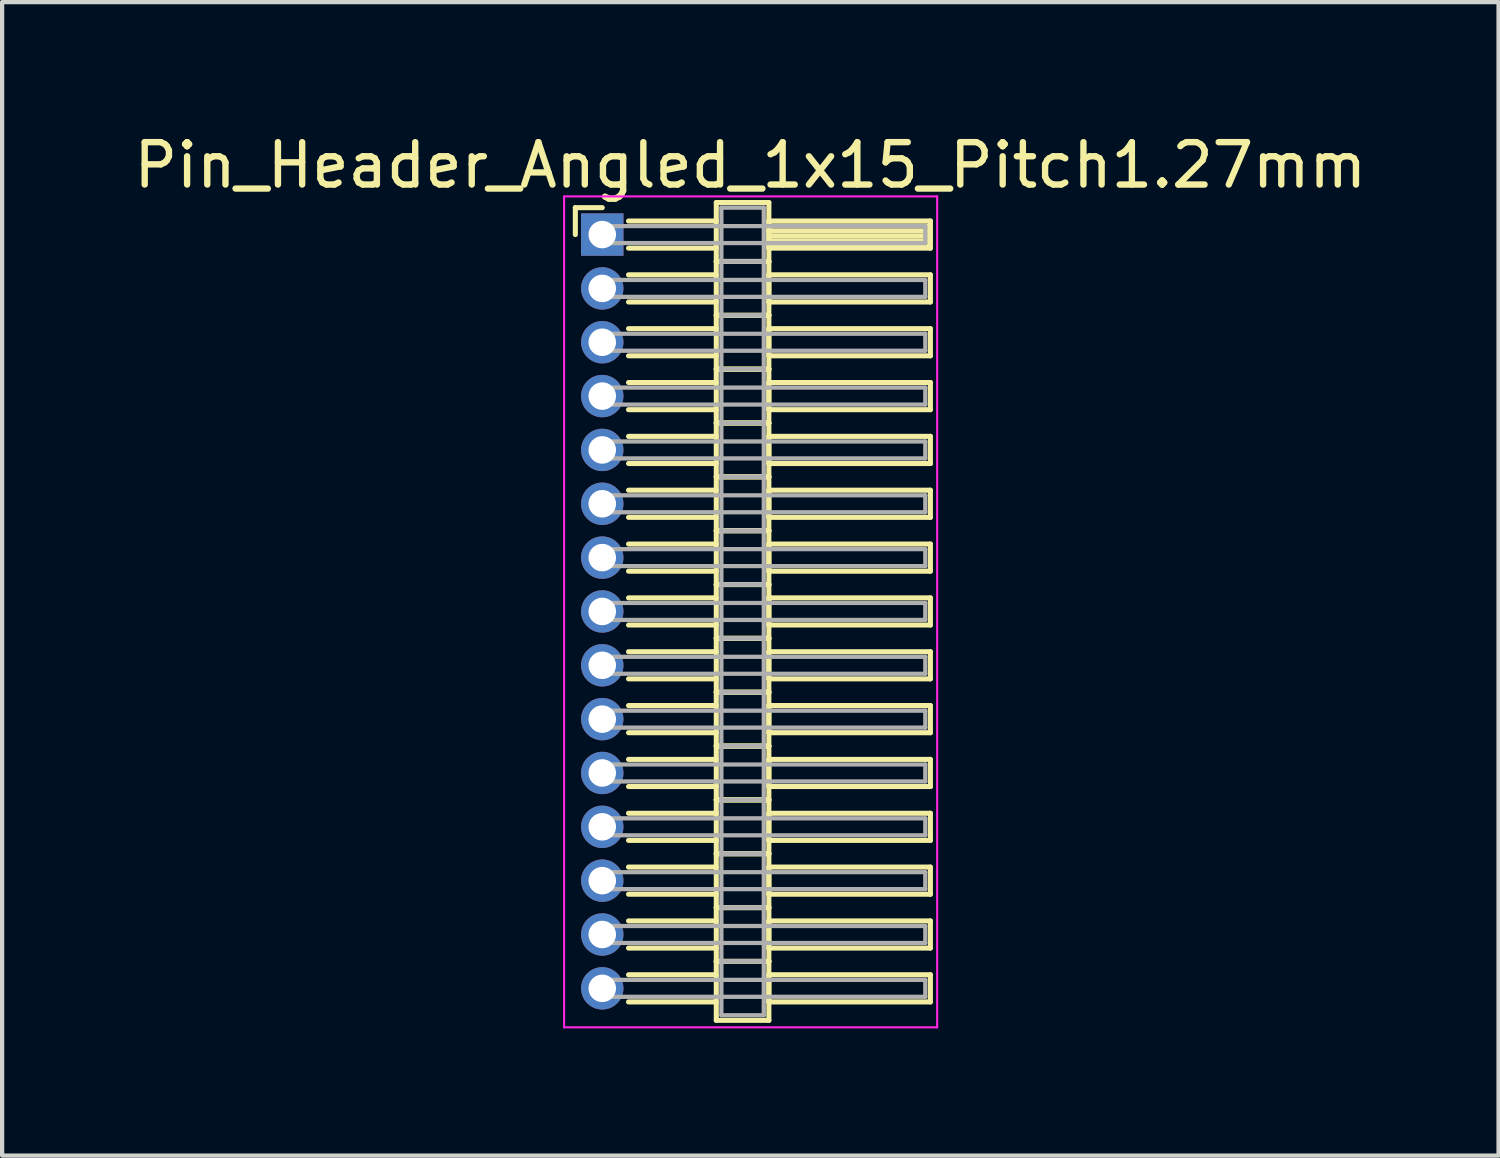
<source format=kicad_pcb>
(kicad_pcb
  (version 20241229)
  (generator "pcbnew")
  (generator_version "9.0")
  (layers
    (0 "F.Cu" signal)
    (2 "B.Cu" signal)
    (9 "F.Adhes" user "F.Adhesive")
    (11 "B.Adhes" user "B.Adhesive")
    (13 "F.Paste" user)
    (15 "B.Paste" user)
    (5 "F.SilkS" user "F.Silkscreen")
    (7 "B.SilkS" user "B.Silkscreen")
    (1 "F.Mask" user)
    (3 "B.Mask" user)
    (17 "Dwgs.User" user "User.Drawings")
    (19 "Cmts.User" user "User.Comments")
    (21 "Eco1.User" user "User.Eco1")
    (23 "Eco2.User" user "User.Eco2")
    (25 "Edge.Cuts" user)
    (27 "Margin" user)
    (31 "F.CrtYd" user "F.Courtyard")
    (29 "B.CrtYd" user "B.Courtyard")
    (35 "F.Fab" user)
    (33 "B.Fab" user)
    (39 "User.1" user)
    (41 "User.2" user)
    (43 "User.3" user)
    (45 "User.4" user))
  (footprint "Pin_Header_Angled_1x15_Pitch1.27mm"
    (layer "F.Cu")
    (at 11.156 2.483)
    (property "Reference" "Pin_Header_Angled_1x15_Pitch1.27mm" (at 3.493 -1.635 0) (layer "F.SilkS") (effects (font (size 1 1) (thickness 0.15))))
    (attr through_hole)
    (fp_line (start -0.635 -0.635) (end 0 -0.635) (stroke (width 0.12) (type solid)) (layer "F.SilkS"))
    (fp_line (start -0.635 0) (end -0.635 -0.635) (stroke (width 0.12) (type solid)) (layer "F.SilkS"))
    (fp_line (start 0.62 -0.32) (end 2.69 -0.32) (stroke (width 0.12) (type solid)) (layer "F.SilkS"))
    (fp_line (start 0.62 0.32) (end 2.69 0.32) (stroke (width 0.12) (type solid)) (layer "F.SilkS"))
    (fp_line (start 0.62 0.95) (end 2.69 0.95) (stroke (width 0.12) (type solid)) (layer "F.SilkS"))
    (fp_line (start 0.62 1.59) (end 2.69 1.59) (stroke (width 0.12) (type solid)) (layer "F.SilkS"))
    (fp_line (start 0.62 2.22) (end 2.69 2.22) (stroke (width 0.12) (type solid)) (layer "F.SilkS"))
    (fp_line (start 0.62 2.86) (end 2.69 2.86) (stroke (width 0.12) (type solid)) (layer "F.SilkS"))
    (fp_line (start 0.62 3.49) (end 2.69 3.49) (stroke (width 0.12) (type solid)) (layer "F.SilkS"))
    (fp_line (start 0.62 4.13) (end 2.69 4.13) (stroke (width 0.12) (type solid)) (layer "F.SilkS"))
    (fp_line (start 0.62 4.76) (end 2.69 4.76) (stroke (width 0.12) (type solid)) (layer "F.SilkS"))
    (fp_line (start 0.62 5.4) (end 2.69 5.4) (stroke (width 0.12) (type solid)) (layer "F.SilkS"))
    (fp_line (start 0.62 6.03) (end 2.69 6.03) (stroke (width 0.12) (type solid)) (layer "F.SilkS"))
    (fp_line (start 0.62 6.67) (end 2.69 6.67) (stroke (width 0.12) (type solid)) (layer "F.SilkS"))
    (fp_line (start 0.62 7.3) (end 2.69 7.3) (stroke (width 0.12) (type solid)) (layer "F.SilkS"))
    (fp_line (start 0.62 7.94) (end 2.69 7.94) (stroke (width 0.12) (type solid)) (layer "F.SilkS"))
    (fp_line (start 0.62 8.57) (end 2.69 8.57) (stroke (width 0.12) (type solid)) (layer "F.SilkS"))
    (fp_line (start 0.62 9.21) (end 2.69 9.21) (stroke (width 0.12) (type solid)) (layer "F.SilkS"))
    (fp_line (start 0.62 9.84) (end 2.69 9.84) (stroke (width 0.12) (type solid)) (layer "F.SilkS"))
    (fp_line (start 0.62 10.48) (end 2.69 10.48) (stroke (width 0.12) (type solid)) (layer "F.SilkS"))
    (fp_line (start 0.62 11.11) (end 2.69 11.11) (stroke (width 0.12) (type solid)) (layer "F.SilkS"))
    (fp_line (start 0.62 11.75) (end 2.69 11.75) (stroke (width 0.12) (type solid)) (layer "F.SilkS"))
    (fp_line (start 0.62 12.38) (end 2.69 12.38) (stroke (width 0.12) (type solid)) (layer "F.SilkS"))
    (fp_line (start 0.62 13.02) (end 2.69 13.02) (stroke (width 0.12) (type solid)) (layer "F.SilkS"))
    (fp_line (start 0.62 13.65) (end 2.69 13.65) (stroke (width 0.12) (type solid)) (layer "F.SilkS"))
    (fp_line (start 0.62 14.29) (end 2.69 14.29) (stroke (width 0.12) (type solid)) (layer "F.SilkS"))
    (fp_line (start 0.62 14.92) (end 2.69 14.92) (stroke (width 0.12) (type solid)) (layer "F.SilkS"))
    (fp_line (start 0.62 15.56) (end 2.69 15.56) (stroke (width 0.12) (type solid)) (layer "F.SilkS"))
    (fp_line (start 0.62 16.19) (end 2.69 16.19) (stroke (width 0.12) (type solid)) (layer "F.SilkS"))
    (fp_line (start 0.62 16.83) (end 2.69 16.83) (stroke (width 0.12) (type solid)) (layer "F.SilkS"))
    (fp_line (start 0.62 17.46) (end 2.69 17.46) (stroke (width 0.12) (type solid)) (layer "F.SilkS"))
    (fp_line (start 0.62 18.1) (end 2.69 18.1) (stroke (width 0.12) (type solid)) (layer "F.SilkS"))
    (fp_line (start 2.69 -0.755) (end 2.69 0.635) (stroke (width 0.12) (type solid)) (layer "F.SilkS"))
    (fp_line (start 2.69 0.635) (end 2.69 1.905) (stroke (width 0.12) (type solid)) (layer "F.SilkS"))
    (fp_line (start 2.69 0.635) (end 3.93 0.635) (stroke (width 0.12) (type solid)) (layer "F.SilkS"))
    (fp_line (start 2.69 1.905) (end 2.69 3.175) (stroke (width 0.12) (type solid)) (layer "F.SilkS"))
    (fp_line (start 2.69 1.905) (end 3.93 1.905) (stroke (width 0.12) (type solid)) (layer "F.SilkS"))
    (fp_line (start 2.69 3.175) (end 2.69 4.445) (stroke (width 0.12) (type solid)) (layer "F.SilkS"))
    (fp_line (start 2.69 3.175) (end 3.93 3.175) (stroke (width 0.12) (type solid)) (layer "F.SilkS"))
    (fp_line (start 2.69 4.445) (end 2.69 5.715) (stroke (width 0.12) (type solid)) (layer "F.SilkS"))
    (fp_line (start 2.69 4.445) (end 3.93 4.445) (stroke (width 0.12) (type solid)) (layer "F.SilkS"))
    (fp_line (start 2.69 5.715) (end 2.69 6.985) (stroke (width 0.12) (type solid)) (layer "F.SilkS"))
    (fp_line (start 2.69 5.715) (end 3.93 5.715) (stroke (width 0.12) (type solid)) (layer "F.SilkS"))
    (fp_line (start 2.69 6.985) (end 2.69 8.255) (stroke (width 0.12) (type solid)) (layer "F.SilkS"))
    (fp_line (start 2.69 6.985) (end 3.93 6.985) (stroke (width 0.12) (type solid)) (layer "F.SilkS"))
    (fp_line (start 2.69 8.255) (end 2.69 9.525) (stroke (width 0.12) (type solid)) (layer "F.SilkS"))
    (fp_line (start 2.69 8.255) (end 3.93 8.255) (stroke (width 0.12) (type solid)) (layer "F.SilkS"))
    (fp_line (start 2.69 9.525) (end 2.69 10.795) (stroke (width 0.12) (type solid)) (layer "F.SilkS"))
    (fp_line (start 2.69 9.525) (end 3.93 9.525) (stroke (width 0.12) (type solid)) (layer "F.SilkS"))
    (fp_line (start 2.69 10.795) (end 2.69 12.065) (stroke (width 0.12) (type solid)) (layer "F.SilkS"))
    (fp_line (start 2.69 10.795) (end 3.93 10.795) (stroke (width 0.12) (type solid)) (layer "F.SilkS"))
    (fp_line (start 2.69 12.065) (end 2.69 13.335) (stroke (width 0.12) (type solid)) (layer "F.SilkS"))
    (fp_line (start 2.69 12.065) (end 3.93 12.065) (stroke (width 0.12) (type solid)) (layer "F.SilkS"))
    (fp_line (start 2.69 13.335) (end 2.69 14.605) (stroke (width 0.12) (type solid)) (layer "F.SilkS"))
    (fp_line (start 2.69 13.335) (end 3.93 13.335) (stroke (width 0.12) (type solid)) (layer "F.SilkS"))
    (fp_line (start 2.69 14.605) (end 2.69 15.875) (stroke (width 0.12) (type solid)) (layer "F.SilkS"))
    (fp_line (start 2.69 14.605) (end 3.93 14.605) (stroke (width 0.12) (type solid)) (layer "F.SilkS"))
    (fp_line (start 2.69 15.875) (end 2.69 17.145) (stroke (width 0.12) (type solid)) (layer "F.SilkS"))
    (fp_line (start 2.69 15.875) (end 3.93 15.875) (stroke (width 0.12) (type solid)) (layer "F.SilkS"))
    (fp_line (start 2.69 17.145) (end 2.69 18.535) (stroke (width 0.12) (type solid)) (layer "F.SilkS"))
    (fp_line (start 2.69 17.145) (end 3.93 17.145) (stroke (width 0.12) (type solid)) (layer "F.SilkS"))
    (fp_line (start 2.69 18.535) (end 3.93 18.535) (stroke (width 0.12) (type solid)) (layer "F.SilkS"))
    (fp_line (start 3.93 -0.755) (end 2.69 -0.755) (stroke (width 0.12) (type solid)) (layer "F.SilkS"))
    (fp_line (start 3.93 -0.32) (end 3.93 0.32) (stroke (width 0.12) (type solid)) (layer "F.SilkS"))
    (fp_line (start 3.93 -0.2) (end 7.74 -0.2) (stroke (width 0.12) (type solid)) (layer "F.SilkS"))
    (fp_line (start 3.93 -0.08) (end 7.74 -0.08) (stroke (width 0.12) (type solid)) (layer "F.SilkS"))
    (fp_line (start 3.93 0.04) (end 7.74 0.04) (stroke (width 0.12) (type solid)) (layer "F.SilkS"))
    (fp_line (start 3.93 0.16) (end 7.74 0.16) (stroke (width 0.12) (type solid)) (layer "F.SilkS"))
    (fp_line (start 3.93 0.28) (end 7.74 0.28) (stroke (width 0.12) (type solid)) (layer "F.SilkS"))
    (fp_line (start 3.93 0.32) (end 7.74 0.32) (stroke (width 0.12) (type solid)) (layer "F.SilkS"))
    (fp_line (start 3.93 0.635) (end 2.69 0.635) (stroke (width 0.12) (type solid)) (layer "F.SilkS"))
    (fp_line (start 3.93 0.635) (end 3.93 -0.755) (stroke (width 0.12) (type solid)) (layer "F.SilkS"))
    (fp_line (start 3.93 0.95) (end 3.93 1.59) (stroke (width 0.12) (type solid)) (layer "F.SilkS"))
    (fp_line (start 3.93 1.59) (end 7.74 1.59) (stroke (width 0.12) (type solid)) (layer "F.SilkS"))
    (fp_line (start 3.93 1.905) (end 2.69 1.905) (stroke (width 0.12) (type solid)) (layer "F.SilkS"))
    (fp_line (start 3.93 1.905) (end 3.93 0.635) (stroke (width 0.12) (type solid)) (layer "F.SilkS"))
    (fp_line (start 3.93 2.22) (end 3.93 2.86) (stroke (width 0.12) (type solid)) (layer "F.SilkS"))
    (fp_line (start 3.93 2.86) (end 7.74 2.86) (stroke (width 0.12) (type solid)) (layer "F.SilkS"))
    (fp_line (start 3.93 3.175) (end 2.69 3.175) (stroke (width 0.12) (type solid)) (layer "F.SilkS"))
    (fp_line (start 3.93 3.175) (end 3.93 1.905) (stroke (width 0.12) (type solid)) (layer "F.SilkS"))
    (fp_line (start 3.93 3.49) (end 3.93 4.13) (stroke (width 0.12) (type solid)) (layer "F.SilkS"))
    (fp_line (start 3.93 4.13) (end 7.74 4.13) (stroke (width 0.12) (type solid)) (layer "F.SilkS"))
    (fp_line (start 3.93 4.445) (end 2.69 4.445) (stroke (width 0.12) (type solid)) (layer "F.SilkS"))
    (fp_line (start 3.93 4.445) (end 3.93 3.175) (stroke (width 0.12) (type solid)) (layer "F.SilkS"))
    (fp_line (start 3.93 4.76) (end 3.93 5.4) (stroke (width 0.12) (type solid)) (layer "F.SilkS"))
    (fp_line (start 3.93 5.4) (end 7.74 5.4) (stroke (width 0.12) (type solid)) (layer "F.SilkS"))
    (fp_line (start 3.93 5.715) (end 2.69 5.715) (stroke (width 0.12) (type solid)) (layer "F.SilkS"))
    (fp_line (start 3.93 5.715) (end 3.93 4.445) (stroke (width 0.12) (type solid)) (layer "F.SilkS"))
    (fp_line (start 3.93 6.03) (end 3.93 6.67) (stroke (width 0.12) (type solid)) (layer "F.SilkS"))
    (fp_line (start 3.93 6.67) (end 7.74 6.67) (stroke (width 0.12) (type solid)) (layer "F.SilkS"))
    (fp_line (start 3.93 6.985) (end 2.69 6.985) (stroke (width 0.12) (type solid)) (layer "F.SilkS"))
    (fp_line (start 3.93 6.985) (end 3.93 5.715) (stroke (width 0.12) (type solid)) (layer "F.SilkS"))
    (fp_line (start 3.93 7.3) (end 3.93 7.94) (stroke (width 0.12) (type solid)) (layer "F.SilkS"))
    (fp_line (start 3.93 7.94) (end 7.74 7.94) (stroke (width 0.12) (type solid)) (layer "F.SilkS"))
    (fp_line (start 3.93 8.255) (end 2.69 8.255) (stroke (width 0.12) (type solid)) (layer "F.SilkS"))
    (fp_line (start 3.93 8.255) (end 3.93 6.985) (stroke (width 0.12) (type solid)) (layer "F.SilkS"))
    (fp_line (start 3.93 8.57) (end 3.93 9.21) (stroke (width 0.12) (type solid)) (layer "F.SilkS"))
    (fp_line (start 3.93 9.21) (end 7.74 9.21) (stroke (width 0.12) (type solid)) (layer "F.SilkS"))
    (fp_line (start 3.93 9.525) (end 2.69 9.525) (stroke (width 0.12) (type solid)) (layer "F.SilkS"))
    (fp_line (start 3.93 9.525) (end 3.93 8.255) (stroke (width 0.12) (type solid)) (layer "F.SilkS"))
    (fp_line (start 3.93 9.84) (end 3.93 10.48) (stroke (width 0.12) (type solid)) (layer "F.SilkS"))
    (fp_line (start 3.93 10.48) (end 7.74 10.48) (stroke (width 0.12) (type solid)) (layer "F.SilkS"))
    (fp_line (start 3.93 10.795) (end 2.69 10.795) (stroke (width 0.12) (type solid)) (layer "F.SilkS"))
    (fp_line (start 3.93 10.795) (end 3.93 9.525) (stroke (width 0.12) (type solid)) (layer "F.SilkS"))
    (fp_line (start 3.93 11.11) (end 3.93 11.75) (stroke (width 0.12) (type solid)) (layer "F.SilkS"))
    (fp_line (start 3.93 11.75) (end 7.74 11.75) (stroke (width 0.12) (type solid)) (layer "F.SilkS"))
    (fp_line (start 3.93 12.065) (end 2.69 12.065) (stroke (width 0.12) (type solid)) (layer "F.SilkS"))
    (fp_line (start 3.93 12.065) (end 3.93 10.795) (stroke (width 0.12) (type solid)) (layer "F.SilkS"))
    (fp_line (start 3.93 12.38) (end 3.93 13.02) (stroke (width 0.12) (type solid)) (layer "F.SilkS"))
    (fp_line (start 3.93 13.02) (end 7.74 13.02) (stroke (width 0.12) (type solid)) (layer "F.SilkS"))
    (fp_line (start 3.93 13.335) (end 2.69 13.335) (stroke (width 0.12) (type solid)) (layer "F.SilkS"))
    (fp_line (start 3.93 13.335) (end 3.93 12.065) (stroke (width 0.12) (type solid)) (layer "F.SilkS"))
    (fp_line (start 3.93 13.65) (end 3.93 14.29) (stroke (width 0.12) (type solid)) (layer "F.SilkS"))
    (fp_line (start 3.93 14.29) (end 7.74 14.29) (stroke (width 0.12) (type solid)) (layer "F.SilkS"))
    (fp_line (start 3.93 14.605) (end 2.69 14.605) (stroke (width 0.12) (type solid)) (layer "F.SilkS"))
    (fp_line (start 3.93 14.605) (end 3.93 13.335) (stroke (width 0.12) (type solid)) (layer "F.SilkS"))
    (fp_line (start 3.93 14.92) (end 3.93 15.56) (stroke (width 0.12) (type solid)) (layer "F.SilkS"))
    (fp_line (start 3.93 15.56) (end 7.74 15.56) (stroke (width 0.12) (type solid)) (layer "F.SilkS"))
    (fp_line (start 3.93 15.875) (end 2.69 15.875) (stroke (width 0.12) (type solid)) (layer "F.SilkS"))
    (fp_line (start 3.93 15.875) (end 3.93 14.605) (stroke (width 0.12) (type solid)) (layer "F.SilkS"))
    (fp_line (start 3.93 16.19) (end 3.93 16.83) (stroke (width 0.12) (type solid)) (layer "F.SilkS"))
    (fp_line (start 3.93 16.83) (end 7.74 16.83) (stroke (width 0.12) (type solid)) (layer "F.SilkS"))
    (fp_line (start 3.93 17.145) (end 2.69 17.145) (stroke (width 0.12) (type solid)) (layer "F.SilkS"))
    (fp_line (start 3.93 17.145) (end 3.93 15.875) (stroke (width 0.12) (type solid)) (layer "F.SilkS"))
    (fp_line (start 3.93 17.46) (end 3.93 18.1) (stroke (width 0.12) (type solid)) (layer "F.SilkS"))
    (fp_line (start 3.93 18.1) (end 7.74 18.1) (stroke (width 0.12) (type solid)) (layer "F.SilkS"))
    (fp_line (start 3.93 18.535) (end 3.93 17.145) (stroke (width 0.12) (type solid)) (layer "F.SilkS"))
    (fp_line (start 7.74 -0.32) (end 3.93 -0.32) (stroke (width 0.12) (type solid)) (layer "F.SilkS"))
    (fp_line (start 7.74 0.32) (end 7.74 -0.32) (stroke (width 0.12) (type solid)) (layer "F.SilkS"))
    (fp_line (start 7.74 0.95) (end 3.93 0.95) (stroke (width 0.12) (type solid)) (layer "F.SilkS"))
    (fp_line (start 7.74 1.59) (end 7.74 0.95) (stroke (width 0.12) (type solid)) (layer "F.SilkS"))
    (fp_line (start 7.74 2.22) (end 3.93 2.22) (stroke (width 0.12) (type solid)) (layer "F.SilkS"))
    (fp_line (start 7.74 2.86) (end 7.74 2.22) (stroke (width 0.12) (type solid)) (layer "F.SilkS"))
    (fp_line (start 7.74 3.49) (end 3.93 3.49) (stroke (width 0.12) (type solid)) (layer "F.SilkS"))
    (fp_line (start 7.74 4.13) (end 7.74 3.49) (stroke (width 0.12) (type solid)) (layer "F.SilkS"))
    (fp_line (start 7.74 4.76) (end 3.93 4.76) (stroke (width 0.12) (type solid)) (layer "F.SilkS"))
    (fp_line (start 7.74 5.4) (end 7.74 4.76) (stroke (width 0.12) (type solid)) (layer "F.SilkS"))
    (fp_line (start 7.74 6.03) (end 3.93 6.03) (stroke (width 0.12) (type solid)) (layer "F.SilkS"))
    (fp_line (start 7.74 6.67) (end 7.74 6.03) (stroke (width 0.12) (type solid)) (layer "F.SilkS"))
    (fp_line (start 7.74 7.3) (end 3.93 7.3) (stroke (width 0.12) (type solid)) (layer "F.SilkS"))
    (fp_line (start 7.74 7.94) (end 7.74 7.3) (stroke (width 0.12) (type solid)) (layer "F.SilkS"))
    (fp_line (start 7.74 8.57) (end 3.93 8.57) (stroke (width 0.12) (type solid)) (layer "F.SilkS"))
    (fp_line (start 7.74 9.21) (end 7.74 8.57) (stroke (width 0.12) (type solid)) (layer "F.SilkS"))
    (fp_line (start 7.74 9.84) (end 3.93 9.84) (stroke (width 0.12) (type solid)) (layer "F.SilkS"))
    (fp_line (start 7.74 10.48) (end 7.74 9.84) (stroke (width 0.12) (type solid)) (layer "F.SilkS"))
    (fp_line (start 7.74 11.11) (end 3.93 11.11) (stroke (width 0.12) (type solid)) (layer "F.SilkS"))
    (fp_line (start 7.74 11.75) (end 7.74 11.11) (stroke (width 0.12) (type solid)) (layer "F.SilkS"))
    (fp_line (start 7.74 12.38) (end 3.93 12.38) (stroke (width 0.12) (type solid)) (layer "F.SilkS"))
    (fp_line (start 7.74 13.02) (end 7.74 12.38) (stroke (width 0.12) (type solid)) (layer "F.SilkS"))
    (fp_line (start 7.74 13.65) (end 3.93 13.65) (stroke (width 0.12) (type solid)) (layer "F.SilkS"))
    (fp_line (start 7.74 14.29) (end 7.74 13.65) (stroke (width 0.12) (type solid)) (layer "F.SilkS"))
    (fp_line (start 7.74 14.92) (end 3.93 14.92) (stroke (width 0.12) (type solid)) (layer "F.SilkS"))
    (fp_line (start 7.74 15.56) (end 7.74 14.92) (stroke (width 0.12) (type solid)) (layer "F.SilkS"))
    (fp_line (start 7.74 16.19) (end 3.93 16.19) (stroke (width 0.12) (type solid)) (layer "F.SilkS"))
    (fp_line (start 7.74 16.83) (end 7.74 16.19) (stroke (width 0.12) (type solid)) (layer "F.SilkS"))
    (fp_line (start 7.74 17.46) (end 3.93 17.46) (stroke (width 0.12) (type solid)) (layer "F.SilkS"))
    (fp_line (start 7.74 18.1) (end 7.74 17.46) (stroke (width 0.12) (type solid)) (layer "F.SilkS"))
    (fp_line (start -0.9 -0.9) (end -0.9 18.7) (stroke (width 0.05) (type solid)) (layer "F.CrtYd"))
    (fp_line (start -0.9 18.7) (end 7.9 18.7) (stroke (width 0.05) (type solid)) (layer "F.CrtYd"))
    (fp_line (start 7.9 -0.9) (end -0.9 -0.9) (stroke (width 0.05) (type solid)) (layer "F.CrtYd"))
    (fp_line (start 7.9 18.7) (end 7.9 -0.9) (stroke (width 0.05) (type solid)) (layer "F.CrtYd"))
    (fp_line (start 0 -0.2) (end 0 0.2) (stroke (width 0.1) (type solid)) (layer "F.Fab"))
    (fp_line (start 0 0.2) (end 7.62 0.2) (stroke (width 0.1) (type solid)) (layer "F.Fab"))
    (fp_line (start 0 1.07) (end 0 1.47) (stroke (width 0.1) (type solid)) (layer "F.Fab"))
    (fp_line (start 0 1.47) (end 7.62 1.47) (stroke (width 0.1) (type solid)) (layer "F.Fab"))
    (fp_line (start 0 2.34) (end 0 2.74) (stroke (width 0.1) (type solid)) (layer "F.Fab"))
    (fp_line (start 0 2.74) (end 7.62 2.74) (stroke (width 0.1) (type solid)) (layer "F.Fab"))
    (fp_line (start 0 3.61) (end 0 4.01) (stroke (width 0.1) (type solid)) (layer "F.Fab"))
    (fp_line (start 0 4.01) (end 7.62 4.01) (stroke (width 0.1) (type solid)) (layer "F.Fab"))
    (fp_line (start 0 4.88) (end 0 5.28) (stroke (width 0.1) (type solid)) (layer "F.Fab"))
    (fp_line (start 0 5.28) (end 7.62 5.28) (stroke (width 0.1) (type solid)) (layer "F.Fab"))
    (fp_line (start 0 6.15) (end 0 6.55) (stroke (width 0.1) (type solid)) (layer "F.Fab"))
    (fp_line (start 0 6.55) (end 7.62 6.55) (stroke (width 0.1) (type solid)) (layer "F.Fab"))
    (fp_line (start 0 7.42) (end 0 7.82) (stroke (width 0.1) (type solid)) (layer "F.Fab"))
    (fp_line (start 0 7.82) (end 7.62 7.82) (stroke (width 0.1) (type solid)) (layer "F.Fab"))
    (fp_line (start 0 8.69) (end 0 9.09) (stroke (width 0.1) (type solid)) (layer "F.Fab"))
    (fp_line (start 0 9.09) (end 7.62 9.09) (stroke (width 0.1) (type solid)) (layer "F.Fab"))
    (fp_line (start 0 9.96) (end 0 10.36) (stroke (width 0.1) (type solid)) (layer "F.Fab"))
    (fp_line (start 0 10.36) (end 7.62 10.36) (stroke (width 0.1) (type solid)) (layer "F.Fab"))
    (fp_line (start 0 11.23) (end 0 11.63) (stroke (width 0.1) (type solid)) (layer "F.Fab"))
    (fp_line (start 0 11.63) (end 7.62 11.63) (stroke (width 0.1) (type solid)) (layer "F.Fab"))
    (fp_line (start 0 12.5) (end 0 12.9) (stroke (width 0.1) (type solid)) (layer "F.Fab"))
    (fp_line (start 0 12.9) (end 7.62 12.9) (stroke (width 0.1) (type solid)) (layer "F.Fab"))
    (fp_line (start 0 13.77) (end 0 14.17) (stroke (width 0.1) (type solid)) (layer "F.Fab"))
    (fp_line (start 0 14.17) (end 7.62 14.17) (stroke (width 0.1) (type solid)) (layer "F.Fab"))
    (fp_line (start 0 15.04) (end 0 15.44) (stroke (width 0.1) (type solid)) (layer "F.Fab"))
    (fp_line (start 0 15.44) (end 7.62 15.44) (stroke (width 0.1) (type solid)) (layer "F.Fab"))
    (fp_line (start 0 16.31) (end 0 16.71) (stroke (width 0.1) (type solid)) (layer "F.Fab"))
    (fp_line (start 0 16.71) (end 7.62 16.71) (stroke (width 0.1) (type solid)) (layer "F.Fab"))
    (fp_line (start 0 17.58) (end 0 17.98) (stroke (width 0.1) (type solid)) (layer "F.Fab"))
    (fp_line (start 0 17.98) (end 7.62 17.98) (stroke (width 0.1) (type solid)) (layer "F.Fab"))
    (fp_line (start 2.81 -0.635) (end 2.81 0.635) (stroke (width 0.1) (type solid)) (layer "F.Fab"))
    (fp_line (start 2.81 0.635) (end 2.81 1.905) (stroke (width 0.1) (type solid)) (layer "F.Fab"))
    (fp_line (start 2.81 0.635) (end 3.81 0.635) (stroke (width 0.1) (type solid)) (layer "F.Fab"))
    (fp_line (start 2.81 1.905) (end 2.81 3.175) (stroke (width 0.1) (type solid)) (layer "F.Fab"))
    (fp_line (start 2.81 1.905) (end 3.81 1.905) (stroke (width 0.1) (type solid)) (layer "F.Fab"))
    (fp_line (start 2.81 3.175) (end 2.81 4.445) (stroke (width 0.1) (type solid)) (layer "F.Fab"))
    (fp_line (start 2.81 3.175) (end 3.81 3.175) (stroke (width 0.1) (type solid)) (layer "F.Fab"))
    (fp_line (start 2.81 4.445) (end 2.81 5.715) (stroke (width 0.1) (type solid)) (layer "F.Fab"))
    (fp_line (start 2.81 4.445) (end 3.81 4.445) (stroke (width 0.1) (type solid)) (layer "F.Fab"))
    (fp_line (start 2.81 5.715) (end 2.81 6.985) (stroke (width 0.1) (type solid)) (layer "F.Fab"))
    (fp_line (start 2.81 5.715) (end 3.81 5.715) (stroke (width 0.1) (type solid)) (layer "F.Fab"))
    (fp_line (start 2.81 6.985) (end 2.81 8.255) (stroke (width 0.1) (type solid)) (layer "F.Fab"))
    (fp_line (start 2.81 6.985) (end 3.81 6.985) (stroke (width 0.1) (type solid)) (layer "F.Fab"))
    (fp_line (start 2.81 8.255) (end 2.81 9.525) (stroke (width 0.1) (type solid)) (layer "F.Fab"))
    (fp_line (start 2.81 8.255) (end 3.81 8.255) (stroke (width 0.1) (type solid)) (layer "F.Fab"))
    (fp_line (start 2.81 9.525) (end 2.81 10.795) (stroke (width 0.1) (type solid)) (layer "F.Fab"))
    (fp_line (start 2.81 9.525) (end 3.81 9.525) (stroke (width 0.1) (type solid)) (layer "F.Fab"))
    (fp_line (start 2.81 10.795) (end 2.81 12.065) (stroke (width 0.1) (type solid)) (layer "F.Fab"))
    (fp_line (start 2.81 10.795) (end 3.81 10.795) (stroke (width 0.1) (type solid)) (layer "F.Fab"))
    (fp_line (start 2.81 12.065) (end 2.81 13.335) (stroke (width 0.1) (type solid)) (layer "F.Fab"))
    (fp_line (start 2.81 12.065) (end 3.81 12.065) (stroke (width 0.1) (type solid)) (layer "F.Fab"))
    (fp_line (start 2.81 13.335) (end 2.81 14.605) (stroke (width 0.1) (type solid)) (layer "F.Fab"))
    (fp_line (start 2.81 13.335) (end 3.81 13.335) (stroke (width 0.1) (type solid)) (layer "F.Fab"))
    (fp_line (start 2.81 14.605) (end 2.81 15.875) (stroke (width 0.1) (type solid)) (layer "F.Fab"))
    (fp_line (start 2.81 14.605) (end 3.81 14.605) (stroke (width 0.1) (type solid)) (layer "F.Fab"))
    (fp_line (start 2.81 15.875) (end 2.81 17.145) (stroke (width 0.1) (type solid)) (layer "F.Fab"))
    (fp_line (start 2.81 15.875) (end 3.81 15.875) (stroke (width 0.1) (type solid)) (layer "F.Fab"))
    (fp_line (start 2.81 17.145) (end 2.81 18.415) (stroke (width 0.1) (type solid)) (layer "F.Fab"))
    (fp_line (start 2.81 17.145) (end 3.81 17.145) (stroke (width 0.1) (type solid)) (layer "F.Fab"))
    (fp_line (start 2.81 18.415) (end 3.81 18.415) (stroke (width 0.1) (type solid)) (layer "F.Fab"))
    (fp_line (start 3.81 -0.635) (end 2.81 -0.635) (stroke (width 0.1) (type solid)) (layer "F.Fab"))
    (fp_line (start 3.81 0.635) (end 2.81 0.635) (stroke (width 0.1) (type solid)) (layer "F.Fab"))
    (fp_line (start 3.81 0.635) (end 3.81 -0.635) (stroke (width 0.1) (type solid)) (layer "F.Fab"))
    (fp_line (start 3.81 1.905) (end 2.81 1.905) (stroke (width 0.1) (type solid)) (layer "F.Fab"))
    (fp_line (start 3.81 1.905) (end 3.81 0.635) (stroke (width 0.1) (type solid)) (layer "F.Fab"))
    (fp_line (start 3.81 3.175) (end 2.81 3.175) (stroke (width 0.1) (type solid)) (layer "F.Fab"))
    (fp_line (start 3.81 3.175) (end 3.81 1.905) (stroke (width 0.1) (type solid)) (layer "F.Fab"))
    (fp_line (start 3.81 4.445) (end 2.81 4.445) (stroke (width 0.1) (type solid)) (layer "F.Fab"))
    (fp_line (start 3.81 4.445) (end 3.81 3.175) (stroke (width 0.1) (type solid)) (layer "F.Fab"))
    (fp_line (start 3.81 5.715) (end 2.81 5.715) (stroke (width 0.1) (type solid)) (layer "F.Fab"))
    (fp_line (start 3.81 5.715) (end 3.81 4.445) (stroke (width 0.1) (type solid)) (layer "F.Fab"))
    (fp_line (start 3.81 6.985) (end 2.81 6.985) (stroke (width 0.1) (type solid)) (layer "F.Fab"))
    (fp_line (start 3.81 6.985) (end 3.81 5.715) (stroke (width 0.1) (type solid)) (layer "F.Fab"))
    (fp_line (start 3.81 8.255) (end 2.81 8.255) (stroke (width 0.1) (type solid)) (layer "F.Fab"))
    (fp_line (start 3.81 8.255) (end 3.81 6.985) (stroke (width 0.1) (type solid)) (layer "F.Fab"))
    (fp_line (start 3.81 9.525) (end 2.81 9.525) (stroke (width 0.1) (type solid)) (layer "F.Fab"))
    (fp_line (start 3.81 9.525) (end 3.81 8.255) (stroke (width 0.1) (type solid)) (layer "F.Fab"))
    (fp_line (start 3.81 10.795) (end 2.81 10.795) (stroke (width 0.1) (type solid)) (layer "F.Fab"))
    (fp_line (start 3.81 10.795) (end 3.81 9.525) (stroke (width 0.1) (type solid)) (layer "F.Fab"))
    (fp_line (start 3.81 12.065) (end 2.81 12.065) (stroke (width 0.1) (type solid)) (layer "F.Fab"))
    (fp_line (start 3.81 12.065) (end 3.81 10.795) (stroke (width 0.1) (type solid)) (layer "F.Fab"))
    (fp_line (start 3.81 13.335) (end 2.81 13.335) (stroke (width 0.1) (type solid)) (layer "F.Fab"))
    (fp_line (start 3.81 13.335) (end 3.81 12.065) (stroke (width 0.1) (type solid)) (layer "F.Fab"))
    (fp_line (start 3.81 14.605) (end 2.81 14.605) (stroke (width 0.1) (type solid)) (layer "F.Fab"))
    (fp_line (start 3.81 14.605) (end 3.81 13.335) (stroke (width 0.1) (type solid)) (layer "F.Fab"))
    (fp_line (start 3.81 15.875) (end 2.81 15.875) (stroke (width 0.1) (type solid)) (layer "F.Fab"))
    (fp_line (start 3.81 15.875) (end 3.81 14.605) (stroke (width 0.1) (type solid)) (layer "F.Fab"))
    (fp_line (start 3.81 17.145) (end 2.81 17.145) (stroke (width 0.1) (type solid)) (layer "F.Fab"))
    (fp_line (start 3.81 17.145) (end 3.81 15.875) (stroke (width 0.1) (type solid)) (layer "F.Fab"))
    (fp_line (start 3.81 18.415) (end 3.81 17.145) (stroke (width 0.1) (type solid)) (layer "F.Fab"))
    (fp_line (start 7.62 -0.2) (end 0 -0.2) (stroke (width 0.1) (type solid)) (layer "F.Fab"))
    (fp_line (start 7.62 0.2) (end 7.62 -0.2) (stroke (width 0.1) (type solid)) (layer "F.Fab"))
    (fp_line (start 7.62 1.07) (end 0 1.07) (stroke (width 0.1) (type solid)) (layer "F.Fab"))
    (fp_line (start 7.62 1.47) (end 7.62 1.07) (stroke (width 0.1) (type solid)) (layer "F.Fab"))
    (fp_line (start 7.62 2.34) (end 0 2.34) (stroke (width 0.1) (type solid)) (layer "F.Fab"))
    (fp_line (start 7.62 2.74) (end 7.62 2.34) (stroke (width 0.1) (type solid)) (layer "F.Fab"))
    (fp_line (start 7.62 3.61) (end 0 3.61) (stroke (width 0.1) (type solid)) (layer "F.Fab"))
    (fp_line (start 7.62 4.01) (end 7.62 3.61) (stroke (width 0.1) (type solid)) (layer "F.Fab"))
    (fp_line (start 7.62 4.88) (end 0 4.88) (stroke (width 0.1) (type solid)) (layer "F.Fab"))
    (fp_line (start 7.62 5.28) (end 7.62 4.88) (stroke (width 0.1) (type solid)) (layer "F.Fab"))
    (fp_line (start 7.62 6.15) (end 0 6.15) (stroke (width 0.1) (type solid)) (layer "F.Fab"))
    (fp_line (start 7.62 6.55) (end 7.62 6.15) (stroke (width 0.1) (type solid)) (layer "F.Fab"))
    (fp_line (start 7.62 7.42) (end 0 7.42) (stroke (width 0.1) (type solid)) (layer "F.Fab"))
    (fp_line (start 7.62 7.82) (end 7.62 7.42) (stroke (width 0.1) (type solid)) (layer "F.Fab"))
    (fp_line (start 7.62 8.69) (end 0 8.69) (stroke (width 0.1) (type solid)) (layer "F.Fab"))
    (fp_line (start 7.62 9.09) (end 7.62 8.69) (stroke (width 0.1) (type solid)) (layer "F.Fab"))
    (fp_line (start 7.62 9.96) (end 0 9.96) (stroke (width 0.1) (type solid)) (layer "F.Fab"))
    (fp_line (start 7.62 10.36) (end 7.62 9.96) (stroke (width 0.1) (type solid)) (layer "F.Fab"))
    (fp_line (start 7.62 11.23) (end 0 11.23) (stroke (width 0.1) (type solid)) (layer "F.Fab"))
    (fp_line (start 7.62 11.63) (end 7.62 11.23) (stroke (width 0.1) (type solid)) (layer "F.Fab"))
    (fp_line (start 7.62 12.5) (end 0 12.5) (stroke (width 0.1) (type solid)) (layer "F.Fab"))
    (fp_line (start 7.62 12.9) (end 7.62 12.5) (stroke (width 0.1) (type solid)) (layer "F.Fab"))
    (fp_line (start 7.62 13.77) (end 0 13.77) (stroke (width 0.1) (type solid)) (layer "F.Fab"))
    (fp_line (start 7.62 14.17) (end 7.62 13.77) (stroke (width 0.1) (type solid)) (layer "F.Fab"))
    (fp_line (start 7.62 15.04) (end 0 15.04) (stroke (width 0.1) (type solid)) (layer "F.Fab"))
    (fp_line (start 7.62 15.44) (end 7.62 15.04) (stroke (width 0.1) (type solid)) (layer "F.Fab"))
    (fp_line (start 7.62 16.31) (end 0 16.31) (stroke (width 0.1) (type solid)) (layer "F.Fab"))
    (fp_line (start 7.62 16.71) (end 7.62 16.31) (stroke (width 0.1) (type solid)) (layer "F.Fab"))
    (fp_line (start 7.62 17.58) (end 0 17.58) (stroke (width 0.1) (type solid)) (layer "F.Fab"))
    (fp_line (start 7.62 17.98) (end 7.62 17.58) (stroke (width 0.1) (type solid)) (layer "F.Fab"))
    (pad "1" thru_hole rect (at 0 0) (size 1 1) (drill 0.65) (layers "*.Cu" "*.Mask"))
    (pad "2" thru_hole oval (at 0 1.27) (size 1 1) (drill 0.65) (layers "*.Cu" "*.Mask"))
    (pad "3" thru_hole oval (at 0 2.54) (size 1 1) (drill 0.65) (layers "*.Cu" "*.Mask"))
    (pad "4" thru_hole oval (at 0 3.81) (size 1 1) (drill 0.65) (layers "*.Cu" "*.Mask"))
    (pad "5" thru_hole oval (at 0 5.08) (size 1 1) (drill 0.65) (layers "*.Cu" "*.Mask"))
    (pad "6" thru_hole oval (at 0 6.35) (size 1 1) (drill 0.65) (layers "*.Cu" "*.Mask"))
    (pad "7" thru_hole oval (at 0 7.62) (size 1 1) (drill 0.65) (layers "*.Cu" "*.Mask"))
    (pad "8" thru_hole oval (at 0 8.89) (size 1 1) (drill 0.65) (layers "*.Cu" "*.Mask"))
    (pad "9" thru_hole oval (at 0 10.16) (size 1 1) (drill 0.65) (layers "*.Cu" "*.Mask"))
    (pad "10" thru_hole oval (at 0 11.43) (size 1 1) (drill 0.65) (layers "*.Cu" "*.Mask"))
    (pad "11" thru_hole oval (at 0 12.7) (size 1 1) (drill 0.65) (layers "*.Cu" "*.Mask"))
    (pad "12" thru_hole oval (at 0 13.97) (size 1 1) (drill 0.65) (layers "*.Cu" "*.Mask"))
    (pad "13" thru_hole oval (at 0 15.24) (size 1 1) (drill 0.65) (layers "*.Cu" "*.Mask"))
    (pad "14" thru_hole oval (at 0 16.51) (size 1 1) (drill 0.65) (layers "*.Cu" "*.Mask"))
    (pad "15" thru_hole oval (at 0 17.78) (size 1 1) (drill 0.65) (layers "*.Cu" "*.Mask")))
  (gr_rect
    (start -3 -3)
    (end 32.298 24.208)
    (stroke (width 0.1) (type default))
    (fill no)
    (layer "Edge.Cuts")))
</source>
